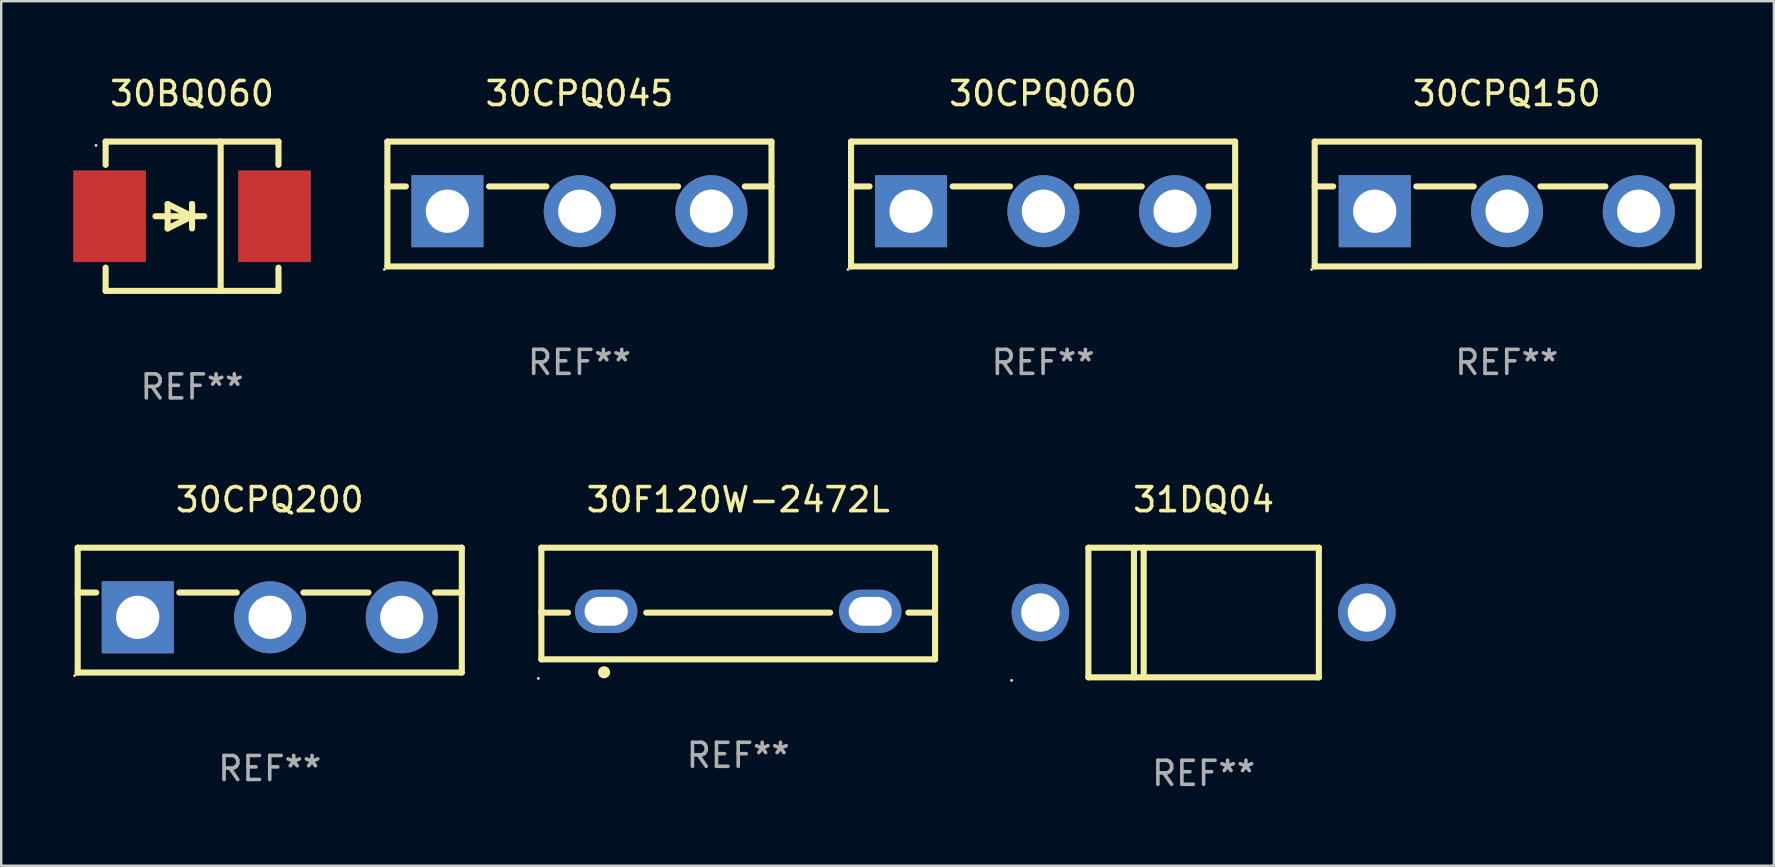
<source format=kicad_pcb>
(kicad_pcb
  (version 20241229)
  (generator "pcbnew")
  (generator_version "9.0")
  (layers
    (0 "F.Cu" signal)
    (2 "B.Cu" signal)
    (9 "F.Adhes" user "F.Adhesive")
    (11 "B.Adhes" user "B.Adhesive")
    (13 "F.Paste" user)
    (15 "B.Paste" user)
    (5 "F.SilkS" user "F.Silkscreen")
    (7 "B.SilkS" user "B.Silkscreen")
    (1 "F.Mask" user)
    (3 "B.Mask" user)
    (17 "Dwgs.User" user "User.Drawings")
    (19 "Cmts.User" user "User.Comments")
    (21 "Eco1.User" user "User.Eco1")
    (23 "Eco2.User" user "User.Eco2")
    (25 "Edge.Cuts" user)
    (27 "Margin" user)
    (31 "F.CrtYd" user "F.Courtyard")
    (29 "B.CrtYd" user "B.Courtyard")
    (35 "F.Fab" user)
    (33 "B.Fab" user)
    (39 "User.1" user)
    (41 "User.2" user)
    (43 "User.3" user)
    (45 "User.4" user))
  (footprint "30CPQ045"
    (layer "F.Cu")
    (at 21.087 5.448)
    (property "Reference" "30CPQ045" (at 0 -4.6 0) (layer "F.SilkS") (effects (font (size 1 1) (thickness 0.15))))
    (attr through_hole)
    (fp_line (start -8 -2.6) (end -8 2.6) (stroke (width 0.254) (type solid)) (layer "F.SilkS"))
    (fp_line (start -8 -2.6) (end 8 -2.6) (stroke (width 0.254) (type solid)) (layer "F.SilkS"))
    (fp_line (start -8 -0.732) (end -7.23 -0.732) (stroke (width 0.254) (type solid)) (layer "F.SilkS"))
    (fp_line (start -8 2.6) (end 8 2.6) (stroke (width 0.254) (type solid)) (layer "F.SilkS"))
    (fp_line (start -3.768 -0.732) (end -1.376 -0.732) (stroke (width 0.254) (type solid)) (layer "F.SilkS"))
    (fp_line (start 1.402 -0.732) (end 4.11 -0.732) (stroke (width 0.254) (type solid)) (layer "F.SilkS"))
    (fp_line (start 6.888 -0.732) (end 8 -0.732) (stroke (width 0.254) (type solid)) (layer "F.SilkS"))
    (fp_line (start 8 -2.6) (end 8 2.6) (stroke (width 0.254) (type solid)) (layer "F.SilkS"))
    (fp_circle (center -8.127 2.727) (end -8.097 2.727) (stroke (width 0.06) (type solid)) (fill no) (layer "F.SilkS"))
    (fp_text user "REF**" (at 0 6.6 0) (layer "F.Fab") (effects (font (size 1 1) (thickness 0.15))))
    (pad "1" thru_hole rect (at -5.499 0.3) (size 3 3) (drill 1.8) (layers "*.Cu" "*.Mask"))
    (pad "2" thru_hole circle (at 0.013 0.3) (size 3 3) (drill 1.8) (layers "*.Cu" "*.Mask"))
    (pad "3" thru_hole circle (at 5.499 0.3) (size 3 3) (drill 1.8) (layers "*.Cu" "*.Mask")))
  (footprint "30CPQ200"
    (layer "F.Cu")
    (at 8.187 22.365)
    (property "Reference" "30CPQ200" (at 0 -4.6 0) (layer "F.SilkS") (effects (font (size 1 1) (thickness 0.15))))
    (attr through_hole)
    (fp_line (start -8 -2.6) (end -8 2.6) (stroke (width 0.254) (type solid)) (layer "F.SilkS"))
    (fp_line (start -8 -2.6) (end 8 -2.6) (stroke (width 0.254) (type solid)) (layer "F.SilkS"))
    (fp_line (start -8 -0.732) (end -7.23 -0.732) (stroke (width 0.254) (type solid)) (layer "F.SilkS"))
    (fp_line (start -8 2.6) (end 8 2.6) (stroke (width 0.254) (type solid)) (layer "F.SilkS"))
    (fp_line (start -3.768 -0.732) (end -1.376 -0.732) (stroke (width 0.254) (type solid)) (layer "F.SilkS"))
    (fp_line (start 1.402 -0.732) (end 4.11 -0.732) (stroke (width 0.254) (type solid)) (layer "F.SilkS"))
    (fp_line (start 6.888 -0.732) (end 8 -0.732) (stroke (width 0.254) (type solid)) (layer "F.SilkS"))
    (fp_line (start 8 -2.6) (end 8 2.6) (stroke (width 0.254) (type solid)) (layer "F.SilkS"))
    (fp_circle (center -8.127 2.727) (end -8.097 2.727) (stroke (width 0.06) (type solid)) (fill no) (layer "F.SilkS"))
    (fp_text user "REF**" (at 0 6.6 0) (layer "F.Fab") (effects (font (size 1 1) (thickness 0.15))))
    (pad "1" thru_hole rect (at -5.499 0.3) (size 3 3) (drill 1.8) (layers "*.Cu" "*.Mask"))
    (pad "2" thru_hole circle (at 0.013 0.3) (size 3 3) (drill 1.8) (layers "*.Cu" "*.Mask"))
    (pad "3" thru_hole circle (at 5.499 0.3) (size 3 3) (drill 1.8) (layers "*.Cu" "*.Mask")))
  (footprint "30BQ060"
    (layer "F.Cu")
    (at 4.95 5.958)
    (property "Reference" "30BQ060" (at 0 -5.11 0) (layer "F.SilkS") (effects (font (size 1 1) (thickness 0.15))))
    (attr through_hole)
    (fp_line (start -3.6 -2.141) (end -3.6 -3.11) (stroke (width 0.254) (type solid)) (layer "F.SilkS"))
    (fp_line (start -3.6 3.11) (end -3.6 2.141) (stroke (width 0.254) (type solid)) (layer "F.SilkS"))
    (fp_line (start -1.524 0) (end 0.508 0) (stroke (width 0.254) (type solid)) (layer "F.SilkS"))
    (fp_line (start -1.016 -0.508) (end -1.016 0.508) (stroke (width 0.254) (type solid)) (layer "F.SilkS"))
    (fp_line (start -1.016 0.508) (end 0 0) (stroke (width 0.254) (type solid)) (layer "F.SilkS"))
    (fp_line (start 0 -0.508) (end 0 0.508) (stroke (width 0.254) (type solid)) (layer "F.SilkS"))
    (fp_line (start 0 0) (end -1.016 -0.508) (stroke (width 0.254) (type solid)) (layer "F.SilkS"))
    (fp_line (start 0 0) (end 0 -0.508) (stroke (width 0.254) (type solid)) (layer "F.SilkS"))
    (fp_line (start 1.192 3.11) (end 1.192 -3.11) (stroke (width 0.254) (type solid)) (layer "F.SilkS"))
    (fp_line (start 3.6 -3.11) (end -3.6 -3.11) (stroke (width 0.254) (type solid)) (layer "F.SilkS"))
    (fp_line (start 3.6 -2.141) (end 3.6 -3.11) (stroke (width 0.254) (type solid)) (layer "F.SilkS"))
    (fp_line (start 3.6 3.11) (end -3.6 3.11) (stroke (width 0.254) (type solid)) (layer "F.SilkS"))
    (fp_line (start 3.6 3.11) (end 3.6 2.141) (stroke (width 0.254) (type solid)) (layer "F.SilkS"))
    (fp_circle (center -4 -2.95) (end -3.97 -2.95) (stroke (width 0.06) (type solid)) (fill no) (layer "F.SilkS"))
    (fp_text user "REF**" (at 0 7.11 0) (layer "F.Fab") (effects (font (size 1 1) (thickness 0.15))))
    (pad "1" smd rect (at -3.435 0) (size 3.03 3.82) (layers "F.Cu" "F.Mask" "F.Paste"))
    (pad "2" smd rect (at 3.435 0) (size 3.03 3.82) (layers "F.Cu" "F.Mask" "F.Paste")))
  (footprint "30CPQ150"
    (layer "F.Cu")
    (at 59.715 5.448)
    (property "Reference" "30CPQ150" (at 0 -4.6 0) (layer "F.SilkS") (effects (font (size 1 1) (thickness 0.15))))
    (attr through_hole)
    (fp_line (start -8 -2.6) (end -8 2.6) (stroke (width 0.254) (type solid)) (layer "F.SilkS"))
    (fp_line (start -8 -2.6) (end 8 -2.6) (stroke (width 0.254) (type solid)) (layer "F.SilkS"))
    (fp_line (start -8 -0.732) (end -7.23 -0.732) (stroke (width 0.254) (type solid)) (layer "F.SilkS"))
    (fp_line (start -8 2.6) (end 8 2.6) (stroke (width 0.254) (type solid)) (layer "F.SilkS"))
    (fp_line (start -3.768 -0.732) (end -1.376 -0.732) (stroke (width 0.254) (type solid)) (layer "F.SilkS"))
    (fp_line (start 1.402 -0.732) (end 4.11 -0.732) (stroke (width 0.254) (type solid)) (layer "F.SilkS"))
    (fp_line (start 6.888 -0.732) (end 8 -0.732) (stroke (width 0.254) (type solid)) (layer "F.SilkS"))
    (fp_line (start 8 -2.6) (end 8 2.6) (stroke (width 0.254) (type solid)) (layer "F.SilkS"))
    (fp_circle (center -8.127 2.727) (end -8.097 2.727) (stroke (width 0.06) (type solid)) (fill no) (layer "F.SilkS"))
    (fp_text user "REF**" (at 0 6.6 0) (layer "F.Fab") (effects (font (size 1 1) (thickness 0.15))))
    (pad "1" thru_hole rect (at -5.499 0.3) (size 3 3) (drill 1.8) (layers "*.Cu" "*.Mask"))
    (pad "2" thru_hole circle (at 0.013 0.3) (size 3 3) (drill 1.8) (layers "*.Cu" "*.Mask"))
    (pad "3" thru_hole circle (at 5.499 0.3) (size 3 3) (drill 1.8) (layers "*.Cu" "*.Mask")))
  (footprint "30F120W-2472L"
    (layer "F.Cu")
    (at 27.701 22.09)
    (property "Reference" "30F120W-2472L" (at 0 -4.325 0) (layer "F.SilkS") (effects (font (size 1 1) (thickness 0.15))))
    (attr through_hole)
    (fp_line (start -8.2 -2.325) (end -8.2 2.325) (stroke (width 0.254) (type solid)) (layer "F.SilkS"))
    (fp_line (start -8.2 -2.325) (end 8.2 -2.325) (stroke (width 0.254) (type solid)) (layer "F.SilkS"))
    (fp_line (start -8.2 0.38) (end -7.09 0.38) (stroke (width 0.254) (type solid)) (layer "F.SilkS"))
    (fp_line (start -8.2 2.325) (end 8.2 2.325) (stroke (width 0.254) (type solid)) (layer "F.SilkS"))
    (fp_line (start -3.83 0.38) (end 3.83 0.38) (stroke (width 0.254) (type solid)) (layer "F.SilkS"))
    (fp_line (start 7.09 0.38) (end 8.2 0.38) (stroke (width 0.254) (type solid)) (layer "F.SilkS"))
    (fp_line (start 8.2 -2.325) (end 8.2 2.325) (stroke (width 0.254) (type solid)) (layer "F.SilkS"))
    (fp_circle (center -8.327 3.119) (end -8.297 3.119) (stroke (width 0.06) (type solid)) (fill no) (layer "F.SilkS"))
    (fp_circle (center -5.588 2.865) (end -5.461 2.865) (stroke (width 0.254) (type solid)) (fill no) (layer "F.SilkS"))
    (fp_text user "REF**" (at 0 6.325 0) (layer "F.Fab") (effects (font (size 1 1) (thickness 0.15))))
    (pad "1" thru_hole oval (at -5.5 0.325) (size 2.6 1.8) (drill oval 1.8 1.2) (layers "*.Cu" "*.Mask"))
    (pad "3" thru_hole oval (at 5.5 0.325) (size 2.6 1.8) (drill oval 1.8 1.2) (layers "*.Cu" "*.Mask")))
  (footprint "30CPQ060"
    (layer "F.Cu")
    (at 40.401 5.448)
    (property "Reference" "30CPQ060" (at 0 -4.6 0) (layer "F.SilkS") (effects (font (size 1 1) (thickness 0.15))))
    (attr through_hole)
    (fp_line (start -8 -2.6) (end -8 2.6) (stroke (width 0.254) (type solid)) (layer "F.SilkS"))
    (fp_line (start -8 -2.6) (end 8 -2.6) (stroke (width 0.254) (type solid)) (layer "F.SilkS"))
    (fp_line (start -8 -0.732) (end -7.23 -0.732) (stroke (width 0.254) (type solid)) (layer "F.SilkS"))
    (fp_line (start -8 2.6) (end 8 2.6) (stroke (width 0.254) (type solid)) (layer "F.SilkS"))
    (fp_line (start -3.768 -0.732) (end -1.376 -0.732) (stroke (width 0.254) (type solid)) (layer "F.SilkS"))
    (fp_line (start 1.402 -0.732) (end 4.11 -0.732) (stroke (width 0.254) (type solid)) (layer "F.SilkS"))
    (fp_line (start 6.888 -0.732) (end 8 -0.732) (stroke (width 0.254) (type solid)) (layer "F.SilkS"))
    (fp_line (start 8 -2.6) (end 8 2.6) (stroke (width 0.254) (type solid)) (layer "F.SilkS"))
    (fp_circle (center -8.127 2.727) (end -8.097 2.727) (stroke (width 0.06) (type solid)) (fill no) (layer "F.SilkS"))
    (fp_text user "REF**" (at 0 6.6 0) (layer "F.Fab") (effects (font (size 1 1) (thickness 0.15))))
    (pad "1" thru_hole rect (at -5.499 0.3) (size 3 3) (drill 1.8) (layers "*.Cu" "*.Mask"))
    (pad "2" thru_hole circle (at 0.013 0.3) (size 3 3) (drill 1.8) (layers "*.Cu" "*.Mask"))
    (pad "3" thru_hole circle (at 5.499 0.3) (size 3 3) (drill 1.8) (layers "*.Cu" "*.Mask")))
  (footprint "31DQ04"
    (layer "F.Cu")
    (at 47.088 22.465)
    (property "Reference" "31DQ04" (at 0 -4.7 0) (layer "F.SilkS") (effects (font (size 1 1) (thickness 0.15))))
    (attr through_hole)
    (fp_line (start -4.8 -2.7) (end -4.8 2.7) (stroke (width 0.254) (type solid)) (layer "F.SilkS"))
    (fp_line (start -4.8 -2.7) (end 4.8 -2.7) (stroke (width 0.254) (type solid)) (layer "F.SilkS"))
    (fp_line (start -2.902 -2.7) (end -2.902 2.7) (stroke (width 0.254) (type solid)) (layer "F.SilkS"))
    (fp_line (start -2.496 -2.7) (end -2.496 2.54) (stroke (width 0.254) (type solid)) (layer "F.SilkS"))
    (fp_line (start 4.8 -2.7) (end 4.8 2.7) (stroke (width 0.254) (type solid)) (layer "F.SilkS"))
    (fp_line (start 4.8 2.7) (end -4.8 2.7) (stroke (width 0.254) (type solid)) (layer "F.SilkS"))
    (fp_circle (center -8 2.827) (end -7.97 2.827) (stroke (width 0.06) (type solid)) (fill no) (layer "F.SilkS"))
    (fp_text user "REF**" (at 0 6.7 0) (layer "F.Fab") (effects (font (size 1 1) (thickness 0.15))))
    (pad "1" thru_hole circle (at -6.8 0) (size 2.4 2.4) (drill 1.6) (layers "*.Cu" "*.Mask"))
    (pad "2" thru_hole circle (at 6.8 0) (size 2.4 2.4) (drill 1.6) (layers "*.Cu" "*.Mask")))
  (gr_rect
    (start -3 -3)
    (end 70.842 33.013)
    (stroke (width 0.1) (type default))
    (fill no)
    (layer "Edge.Cuts")))
</source>
